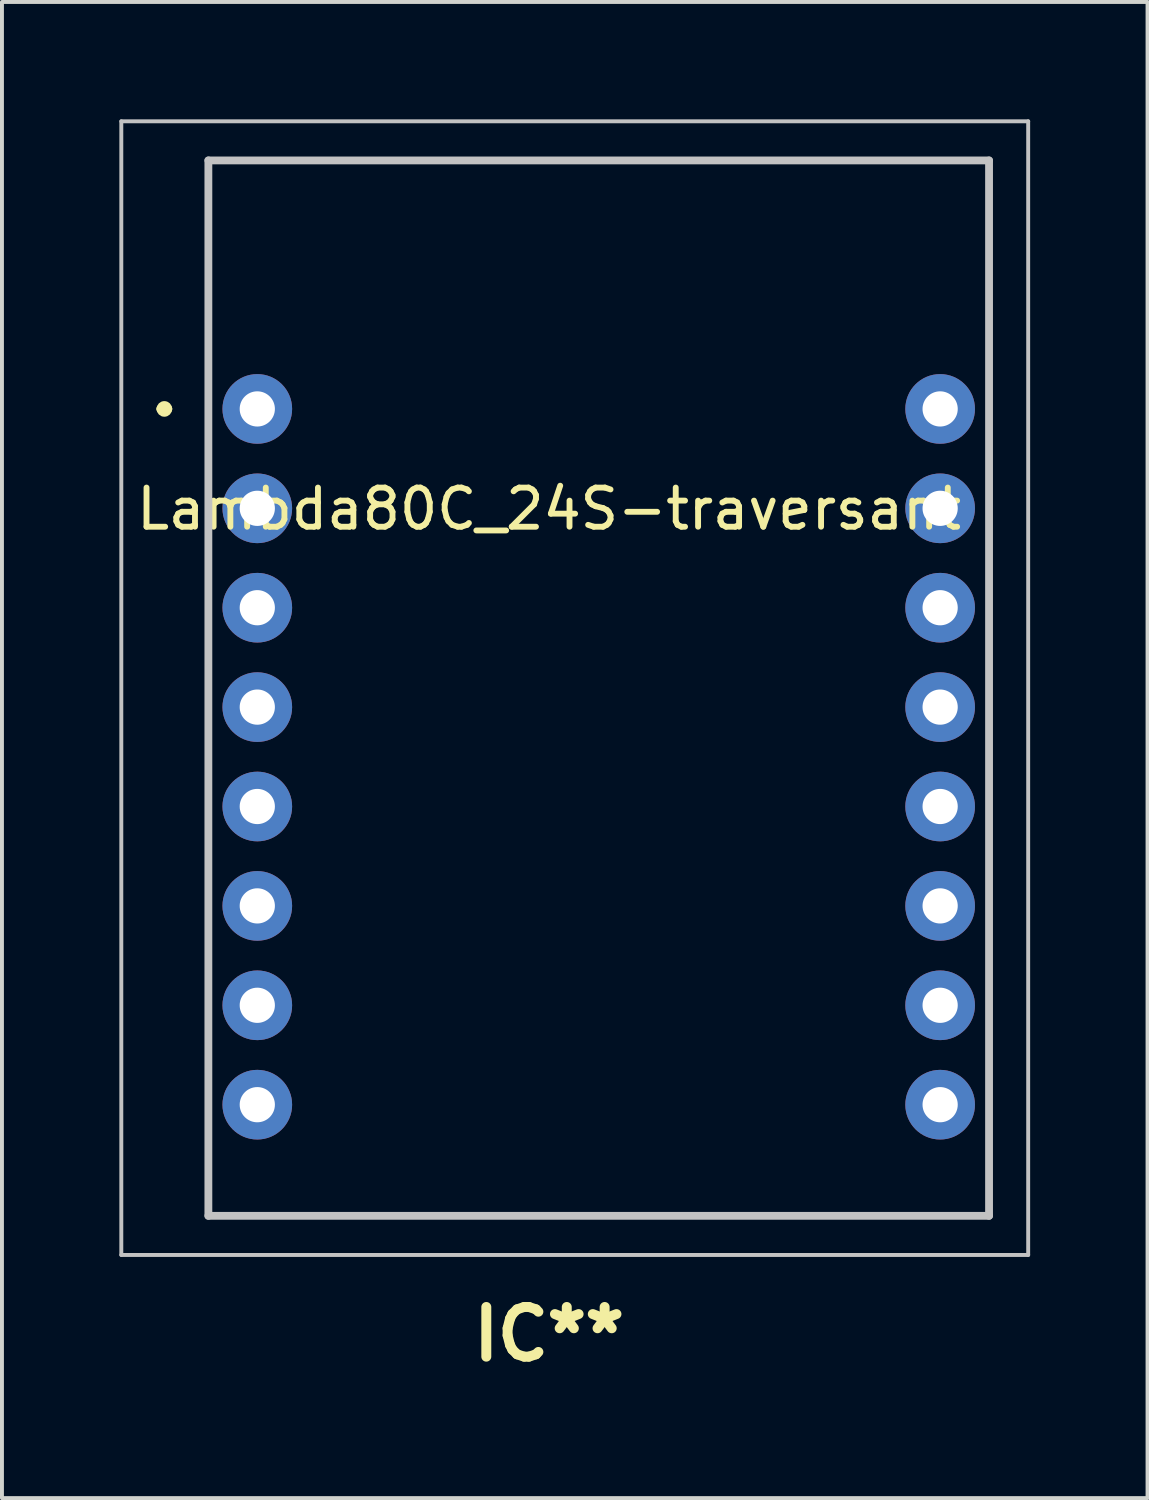
<source format=kicad_pcb>
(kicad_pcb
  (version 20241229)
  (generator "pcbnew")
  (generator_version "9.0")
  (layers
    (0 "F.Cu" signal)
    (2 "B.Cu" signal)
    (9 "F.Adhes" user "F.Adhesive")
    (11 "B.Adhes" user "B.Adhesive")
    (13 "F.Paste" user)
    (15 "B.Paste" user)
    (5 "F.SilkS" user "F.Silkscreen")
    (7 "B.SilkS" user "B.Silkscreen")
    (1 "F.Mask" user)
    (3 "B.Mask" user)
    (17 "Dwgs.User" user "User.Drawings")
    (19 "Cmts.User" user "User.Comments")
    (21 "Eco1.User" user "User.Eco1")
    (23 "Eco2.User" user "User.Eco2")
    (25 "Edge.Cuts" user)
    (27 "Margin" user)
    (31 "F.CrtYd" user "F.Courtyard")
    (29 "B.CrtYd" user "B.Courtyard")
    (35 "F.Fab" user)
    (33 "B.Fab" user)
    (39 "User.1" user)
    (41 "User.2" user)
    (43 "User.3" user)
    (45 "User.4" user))
  (footprint "Lambda80C_24S-traversant"
    (layer "F.Cu")
    (at 10.98 9.455)
    (property "Reference" "Lambda80C_24S-traversant" (at 0 0.5 0) (layer "F.SilkS") (effects (font (size 1 1) (thickness 0.15))))
    (attr through_hole)
    (fp_line (start -9.93 -2.055) (end -9.93 -2.055) (stroke (width 0.2) (type solid)) (layer "F.SilkS"))
    (fp_line (start -9.73 -2.055) (end -9.73 -2.055) (stroke (width 0.2) (type solid)) (layer "F.SilkS"))
    (fp_line (start -8.705 -8.405) (end 11.245 -8.405) (stroke (width 0.1) (type solid)) (layer "F.SilkS"))
    (fp_line (start -8.705 -3.92) (end -8.705 -8.405) (stroke (width 0.1) (type solid)) (layer "F.SilkS"))
    (fp_line (start -8.705 17.08) (end -8.705 18.565) (stroke (width 0.1) (type solid)) (layer "F.SilkS"))
    (fp_line (start -8.705 18.565) (end 11.245 18.565) (stroke (width 0.1) (type solid)) (layer "F.SilkS"))
    (fp_line (start 11.245 -8.405) (end 11.245 -3.92) (stroke (width 0.1) (type solid)) (layer "F.SilkS"))
    (fp_line (start 11.245 18.565) (end 11.245 17.08) (stroke (width 0.1) (type solid)) (layer "F.SilkS"))
    (fp_arc (start -9.93 -2.055) (mid -9.83 -2.155) (end -9.73 -2.055) (stroke (width 0.2) (type solid)) (layer "F.SilkS"))
    (fp_arc (start -9.73 -2.055) (mid -9.83 -1.955) (end -9.93 -2.055) (stroke (width 0.2) (type solid)) (layer "F.SilkS"))
    (fp_line (start -10.93 -9.405) (end 12.245 -9.405) (stroke (width 0.1) (type solid)) (layer "Dwgs.User"))
    (fp_line (start -10.93 19.565) (end -10.93 -9.405) (stroke (width 0.1) (type solid)) (layer "Dwgs.User"))
    (fp_line (start -8.705 -8.405) (end 11.245 -8.405) (stroke (width 0.2) (type solid)) (layer "Dwgs.User"))
    (fp_line (start -8.705 18.565) (end -8.705 -8.405) (stroke (width 0.2) (type solid)) (layer "Dwgs.User"))
    (fp_line (start 11.245 -8.405) (end 11.245 18.565) (stroke (width 0.2) (type solid)) (layer "Dwgs.User"))
    (fp_line (start 11.245 18.565) (end -8.705 18.565) (stroke (width 0.2) (type solid)) (layer "Dwgs.User"))
    (fp_line (start 12.245 -9.405) (end 12.245 19.565) (stroke (width 0.1) (type solid)) (layer "Dwgs.User"))
    (fp_line (start 12.245 19.565) (end -10.93 19.565) (stroke (width 0.1) (type solid)) (layer "Dwgs.User"))
    (fp_text user "IC**" (at 0 21.59 0) (layer "F.SilkS") (effects (font (size 1.27 1.27) (thickness 0.254))))
    (pad "1" thru_hole circle (at -7.455 -2.055 90) (size 1.78 1.78) (drill 0.9) (layers "*.Cu" "*.Mask"))
    (pad "2" thru_hole circle (at -7.455 0.485 90) (size 1.78 1.78) (drill 0.9) (layers "*.Cu" "*.Mask"))
    (pad "3" thru_hole circle (at -7.455 3.025 90) (size 1.78 1.78) (drill 0.9) (layers "*.Cu" "*.Mask"))
    (pad "4" thru_hole circle (at -7.455 5.565 90) (size 1.78 1.78) (drill 0.9) (layers "*.Cu" "*.Mask"))
    (pad "5" thru_hole circle (at -7.455 8.105 90) (size 1.78 1.78) (drill 0.9) (layers "*.Cu" "*.Mask"))
    (pad "6" thru_hole circle (at -7.455 10.645 90) (size 1.78 1.78) (drill 0.9) (layers "*.Cu" "*.Mask"))
    (pad "7" thru_hole circle (at -7.455 13.185 90) (size 1.78 1.78) (drill 0.9) (layers "*.Cu" "*.Mask"))
    (pad "8" thru_hole circle (at -7.455 15.725 90) (size 1.78 1.78) (drill 0.9) (layers "*.Cu" "*.Mask"))
    (pad "9" thru_hole circle (at 9.995 15.725 90) (size 1.78 1.78) (drill 0.9) (layers "*.Cu" "*.Mask"))
    (pad "10" thru_hole circle (at 9.995 13.185 90) (size 1.78 1.78) (drill 0.9) (layers "*.Cu" "*.Mask"))
    (pad "11" thru_hole circle (at 9.995 10.645 90) (size 1.78 1.78) (drill 0.9) (layers "*.Cu" "*.Mask"))
    (pad "12" thru_hole circle (at 9.995 8.105 90) (size 1.78 1.78) (drill 0.9) (layers "*.Cu" "*.Mask"))
    (pad "13" thru_hole circle (at 9.995 5.565 90) (size 1.78 1.78) (drill 0.9) (layers "*.Cu" "*.Mask"))
    (pad "14" thru_hole circle (at 9.995 3.025 90) (size 1.78 1.78) (drill 0.9) (layers "*.Cu" "*.Mask"))
    (pad "15" thru_hole circle (at 9.995 0.485 90) (size 1.78 1.78) (drill 0.9) (layers "*.Cu" "*.Mask"))
    (pad "16" thru_hole circle (at 9.995 -2.055 90) (size 1.78 1.78) (drill 0.9) (layers "*.Cu" "*.Mask")))
  (gr_rect
    (start -3 -3)
    (end 26.275 35.234)
    (stroke (width 0.1) (type default))
    (fill no)
    (layer "Edge.Cuts")))
</source>
